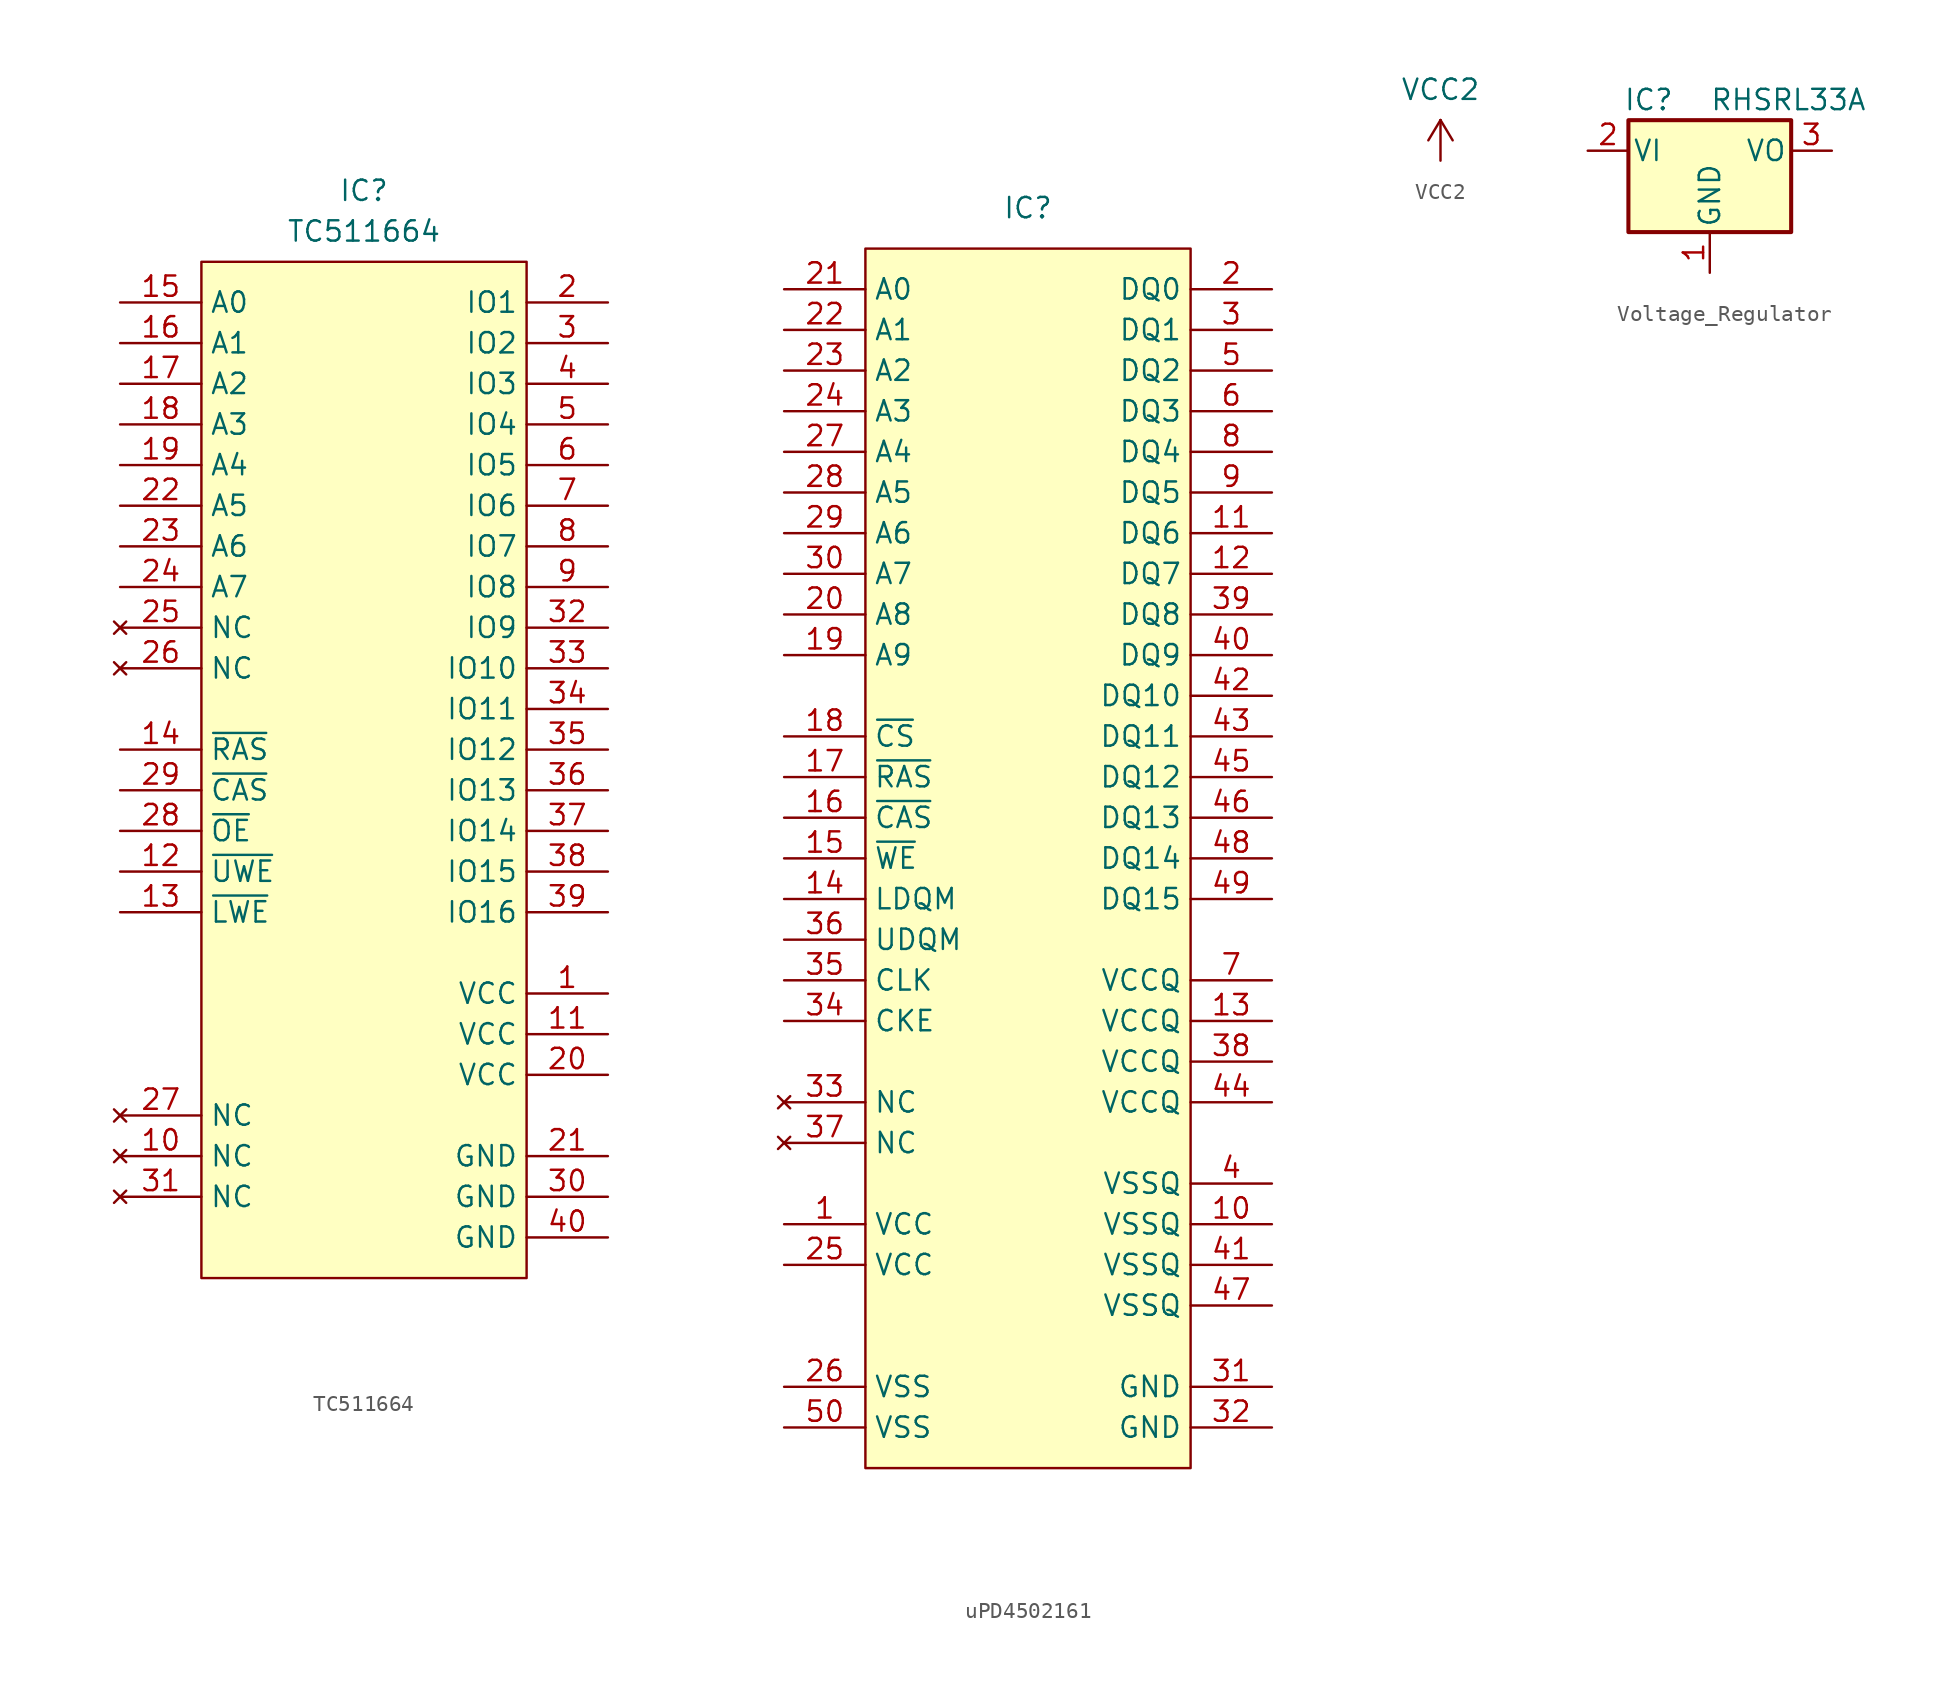
<source format=kicad_sym>
(kicad_symbol_lib
  (version 20220914)
  (generator kicad_symbol_editor)
  (symbol "TC511664"
    (property "Reference" "IC"
      (at 0 4.445 0)
      (effects (font (size 1.27 1.27))))
    (property "Value" "TC511664"
      (at 0 1.905 0)
      (effects (font (size 1.27 1.27))))
    (symbol "TC511664_1_1"
      (rectangle (start -10.16 0) (end 10.16 -63.5) (stroke (width 0) (type default)) (fill (type background)))
      (pin passive line (at 15.24 -45.72 180) (length 5.08) (name "VCC" (effects (font (size 1.27 1.27)))) (number "1" (effects (font (size 1.27 1.27)))))
      (pin no_connect line (at -15.24 -55.88 0) (length 5.08) (name "NC" (effects (font (size 1.27 1.27)))) (number "10" (effects (font (size 1.27 1.27)))))
      (pin passive line (at 15.24 -48.26 180) (length 5.08) (name "VCC" (effects (font (size 1.27 1.27)))) (number "11" (effects (font (size 1.27 1.27)))))
      (pin passive line (at -15.24 -38.1 0) (length 5.08) (name "~{UWE}" (effects (font (size 1.27 1.27)))) (number "12" (effects (font (size 1.27 1.27)))))
      (pin passive line (at -15.24 -40.64 0) (length 5.08) (name "~{LWE}" (effects (font (size 1.27 1.27)))) (number "13" (effects (font (size 1.27 1.27)))))
      (pin passive line (at -15.24 -30.48 0) (length 5.08) (name "~{RAS}" (effects (font (size 1.27 1.27)))) (number "14" (effects (font (size 1.27 1.27)))))
      (pin input line (at -15.24 -2.54 0) (length 5.08) (name "A0" (effects (font (size 1.27 1.27)))) (number "15" (effects (font (size 1.27 1.27)))))
      (pin input line (at -15.24 -5.08 0) (length 5.08) (name "A1" (effects (font (size 1.27 1.27)))) (number "16" (effects (font (size 1.27 1.27)))))
      (pin input line (at -15.24 -7.62 0) (length 5.08) (name "A2" (effects (font (size 1.27 1.27)))) (number "17" (effects (font (size 1.27 1.27)))))
      (pin input line (at -15.24 -10.16 0) (length 5.08) (name "A3" (effects (font (size 1.27 1.27)))) (number "18" (effects (font (size 1.27 1.27)))))
      (pin input line (at -15.24 -12.7 0) (length 5.08) (name "A4" (effects (font (size 1.27 1.27)))) (number "19" (effects (font (size 1.27 1.27)))))
      (pin passive line (at 15.24 -2.54 180) (length 5.08) (name "IO1" (effects (font (size 1.27 1.27)))) (number "2" (effects (font (size 1.27 1.27)))))
      (pin passive line (at 15.24 -50.8 180) (length 5.08) (name "VCC" (effects (font (size 1.27 1.27)))) (number "20" (effects (font (size 1.27 1.27)))))
      (pin passive line (at 15.24 -55.88 180) (length 5.08) (name "GND" (effects (font (size 1.27 1.27)))) (number "21" (effects (font (size 1.27 1.27)))))
      (pin input line (at -15.24 -15.24 0) (length 5.08) (name "A5" (effects (font (size 1.27 1.27)))) (number "22" (effects (font (size 1.27 1.27)))))
      (pin input line (at -15.24 -17.78 0) (length 5.08) (name "A6" (effects (font (size 1.27 1.27)))) (number "23" (effects (font (size 1.27 1.27)))))
      (pin input line (at -15.24 -20.32 0) (length 5.08) (name "A7" (effects (font (size 1.27 1.27)))) (number "24" (effects (font (size 1.27 1.27)))))
      (pin no_connect line (at -15.24 -22.86 0) (length 5.08) (name "NC" (effects (font (size 1.27 1.27)))) (number "25" (effects (font (size 1.27 1.27)))))
      (pin no_connect line (at -15.24 -25.4 0) (length 5.08) (name "NC" (effects (font (size 1.27 1.27)))) (number "26" (effects (font (size 1.27 1.27)))))
      (pin no_connect line (at -15.24 -53.34 0) (length 5.08) (name "NC" (effects (font (size 1.27 1.27)))) (number "27" (effects (font (size 1.27 1.27)))))
      (pin passive line (at -15.24 -35.56 0) (length 5.08) (name "~{OE}" (effects (font (size 1.27 1.27)))) (number "28" (effects (font (size 1.27 1.27)))))
      (pin passive line (at -15.24 -33.02 0) (length 5.08) (name "~{CAS}" (effects (font (size 1.27 1.27)))) (number "29" (effects (font (size 1.27 1.27)))))
      (pin passive line (at 15.24 -5.08 180) (length 5.08) (name "IO2" (effects (font (size 1.27 1.27)))) (number "3" (effects (font (size 1.27 1.27)))))
      (pin passive line (at 15.24 -58.42 180) (length 5.08) (name "GND" (effects (font (size 1.27 1.27)))) (number "30" (effects (font (size 1.27 1.27)))))
      (pin no_connect line (at -15.24 -58.42 0) (length 5.08) (name "NC" (effects (font (size 1.27 1.27)))) (number "31" (effects (font (size 1.27 1.27)))))
      (pin passive line (at 15.24 -22.86 180) (length 5.08) (name "IO9" (effects (font (size 1.27 1.27)))) (number "32" (effects (font (size 1.27 1.27)))))
      (pin passive line (at 15.24 -25.4 180) (length 5.08) (name "IO10" (effects (font (size 1.27 1.27)))) (number "33" (effects (font (size 1.27 1.27)))))
      (pin passive line (at 15.24 -27.94 180) (length 5.08) (name "IO11" (effects (font (size 1.27 1.27)))) (number "34" (effects (font (size 1.27 1.27)))))
      (pin passive line (at 15.24 -30.48 180) (length 5.08) (name "IO12" (effects (font (size 1.27 1.27)))) (number "35" (effects (font (size 1.27 1.27)))))
      (pin passive line (at 15.24 -33.02 180) (length 5.08) (name "IO13" (effects (font (size 1.27 1.27)))) (number "36" (effects (font (size 1.27 1.27)))))
      (pin passive line (at 15.24 -35.56 180) (length 5.08) (name "IO14" (effects (font (size 1.27 1.27)))) (number "37" (effects (font (size 1.27 1.27)))))
      (pin passive line (at 15.24 -38.1 180) (length 5.08) (name "IO15" (effects (font (size 1.27 1.27)))) (number "38" (effects (font (size 1.27 1.27)))))
      (pin passive line (at 15.24 -40.64 180) (length 5.08) (name "IO16" (effects (font (size 1.27 1.27)))) (number "39" (effects (font (size 1.27 1.27)))))
      (pin passive line (at 15.24 -7.62 180) (length 5.08) (name "IO3" (effects (font (size 1.27 1.27)))) (number "4" (effects (font (size 1.27 1.27)))))
      (pin passive line (at 15.24 -60.96 180) (length 5.08) (name "GND" (effects (font (size 1.27 1.27)))) (number "40" (effects (font (size 1.27 1.27)))))
      (pin passive line (at 15.24 -10.16 180) (length 5.08) (name "IO4" (effects (font (size 1.27 1.27)))) (number "5" (effects (font (size 1.27 1.27)))))
      (pin passive line (at 15.24 -12.7 180) (length 5.08) (name "IO5" (effects (font (size 1.27 1.27)))) (number "6" (effects (font (size 1.27 1.27)))))
      (pin passive line (at 15.24 -15.24 180) (length 5.08) (name "IO6" (effects (font (size 1.27 1.27)))) (number "7" (effects (font (size 1.27 1.27)))))
      (pin passive line (at 15.24 -17.78 180) (length 5.08) (name "IO7" (effects (font (size 1.27 1.27)))) (number "8" (effects (font (size 1.27 1.27)))))
      (pin passive line (at 15.24 -20.32 180) (length 5.08) (name "IO8" (effects (font (size 1.27 1.27)))) (number "9" (effects (font (size 1.27 1.27)))))))
  (symbol "uPD4502161"
    (property "Reference" "IC"
      (at 0 2.54 0)
      (effects (font (size 1.27 1.27))))
    (property "Value" ""
      (at 0 -35.56 0)
      (effects (font (size 1.27 1.27))))
    (symbol "uPD4502161_1_1"
      (rectangle (start -10.16 0) (end 10.16 -76.2) (stroke (width 0) (type default)) (fill (type background)))
      (pin passive line (at -15.24 -60.96 0) (length 5.08) (name "VCC" (effects (font (size 1.27 1.27)))) (number "1" (effects (font (size 1.27 1.27)))))
      (pin passive line (at 15.24 -60.96 180) (length 5.08) (name "VSSQ" (effects (font (size 1.27 1.27)))) (number "10" (effects (font (size 1.27 1.27)))))
      (pin passive line (at 15.24 -17.78 180) (length 5.08) (name "DQ6" (effects (font (size 1.27 1.27)))) (number "11" (effects (font (size 1.27 1.27)))))
      (pin passive line (at 15.24 -20.32 180) (length 5.08) (name "DQ7" (effects (font (size 1.27 1.27)))) (number "12" (effects (font (size 1.27 1.27)))))
      (pin passive line (at 15.24 -48.26 180) (length 5.08) (name "VCCQ" (effects (font (size 1.27 1.27)))) (number "13" (effects (font (size 1.27 1.27)))))
      (pin passive line (at -15.24 -40.64 0) (length 5.08) (name "LDQM" (effects (font (size 1.27 1.27)))) (number "14" (effects (font (size 1.27 1.27)))))
      (pin passive line (at -15.24 -38.1 0) (length 5.08) (name "~{WE}" (effects (font (size 1.27 1.27)))) (number "15" (effects (font (size 1.27 1.27)))))
      (pin passive line (at -15.24 -35.56 0) (length 5.08) (name "~{CAS}" (effects (font (size 1.27 1.27)))) (number "16" (effects (font (size 1.27 1.27)))))
      (pin passive line (at -15.24 -33.02 0) (length 5.08) (name "~{RAS}" (effects (font (size 1.27 1.27)))) (number "17" (effects (font (size 1.27 1.27)))))
      (pin passive line (at -15.24 -30.48 0) (length 5.08) (name "~{CS}" (effects (font (size 1.27 1.27)))) (number "18" (effects (font (size 1.27 1.27)))))
      (pin passive line (at -15.24 -25.4 0) (length 5.08) (name "A9" (effects (font (size 1.27 1.27)))) (number "19" (effects (font (size 1.27 1.27)))))
      (pin passive line (at 15.24 -2.54 180) (length 5.08) (name "DQ0" (effects (font (size 1.27 1.27)))) (number "2" (effects (font (size 1.27 1.27)))))
      (pin passive line (at -15.24 -22.86 0) (length 5.08) (name "A8" (effects (font (size 1.27 1.27)))) (number "20" (effects (font (size 1.27 1.27)))))
      (pin passive line (at -15.24 -2.54 0) (length 5.08) (name "A0" (effects (font (size 1.27 1.27)))) (number "21" (effects (font (size 1.27 1.27)))))
      (pin passive line (at -15.24 -5.08 0) (length 5.08) (name "A1" (effects (font (size 1.27 1.27)))) (number "22" (effects (font (size 1.27 1.27)))))
      (pin passive line (at -15.24 -7.62 0) (length 5.08) (name "A2" (effects (font (size 1.27 1.27)))) (number "23" (effects (font (size 1.27 1.27)))))
      (pin passive line (at -15.24 -10.16 0) (length 5.08) (name "A3" (effects (font (size 1.27 1.27)))) (number "24" (effects (font (size 1.27 1.27)))))
      (pin passive line (at -15.24 -63.5 0) (length 5.08) (name "VCC" (effects (font (size 1.27 1.27)))) (number "25" (effects (font (size 1.27 1.27)))))
      (pin passive line (at -15.24 -71.12 0) (length 5.08) (name "VSS" (effects (font (size 1.27 1.27)))) (number "26" (effects (font (size 1.27 1.27)))))
      (pin passive line (at -15.24 -12.7 0) (length 5.08) (name "A4" (effects (font (size 1.27 1.27)))) (number "27" (effects (font (size 1.27 1.27)))))
      (pin passive line (at -15.24 -15.24 0) (length 5.08) (name "A5" (effects (font (size 1.27 1.27)))) (number "28" (effects (font (size 1.27 1.27)))))
      (pin passive line (at -15.24 -17.78 0) (length 5.08) (name "A6" (effects (font (size 1.27 1.27)))) (number "29" (effects (font (size 1.27 1.27)))))
      (pin passive line (at 15.24 -5.08 180) (length 5.08) (name "DQ1" (effects (font (size 1.27 1.27)))) (number "3" (effects (font (size 1.27 1.27)))))
      (pin passive line (at -15.24 -20.32 0) (length 5.08) (name "A7" (effects (font (size 1.27 1.27)))) (number "30" (effects (font (size 1.27 1.27)))))
      (pin passive line (at 15.24 -71.12 180) (length 5.08) (name "GND" (effects (font (size 1.27 1.27)))) (number "31" (effects (font (size 1.27 1.27)))))
      (pin passive line (at 15.24 -73.66 180) (length 5.08) (name "GND" (effects (font (size 1.27 1.27)))) (number "32" (effects (font (size 1.27 1.27)))))
      (pin no_connect line (at -15.24 -53.34 0) (length 5.08) (name "NC" (effects (font (size 1.27 1.27)))) (number "33" (effects (font (size 1.27 1.27)))))
      (pin passive line (at -15.24 -48.26 0) (length 5.08) (name "CKE" (effects (font (size 1.27 1.27)))) (number "34" (effects (font (size 1.27 1.27)))))
      (pin passive line (at -15.24 -45.72 0) (length 5.08) (name "CLK" (effects (font (size 1.27 1.27)))) (number "35" (effects (font (size 1.27 1.27)))))
      (pin passive line (at -15.24 -43.18 0) (length 5.08) (name "UDQM" (effects (font (size 1.27 1.27)))) (number "36" (effects (font (size 1.27 1.27)))))
      (pin no_connect line (at -15.24 -55.88 0) (length 5.08) (name "NC" (effects (font (size 1.27 1.27)))) (number "37" (effects (font (size 1.27 1.27)))))
      (pin passive line (at 15.24 -50.8 180) (length 5.08) (name "VCCQ" (effects (font (size 1.27 1.27)))) (number "38" (effects (font (size 1.27 1.27)))))
      (pin passive line (at 15.24 -22.86 180) (length 5.08) (name "DQ8" (effects (font (size 1.27 1.27)))) (number "39" (effects (font (size 1.27 1.27)))))
      (pin passive line (at 15.24 -58.42 180) (length 5.08) (name "VSSQ" (effects (font (size 1.27 1.27)))) (number "4" (effects (font (size 1.27 1.27)))))
      (pin passive line (at 15.24 -25.4 180) (length 5.08) (name "DQ9" (effects (font (size 1.27 1.27)))) (number "40" (effects (font (size 1.27 1.27)))))
      (pin passive line (at 15.24 -63.5 180) (length 5.08) (name "VSSQ" (effects (font (size 1.27 1.27)))) (number "41" (effects (font (size 1.27 1.27)))))
      (pin passive line (at 15.24 -27.94 180) (length 5.08) (name "DQ10" (effects (font (size 1.27 1.27)))) (number "42" (effects (font (size 1.27 1.27)))))
      (pin passive line (at 15.24 -30.48 180) (length 5.08) (name "DQ11" (effects (font (size 1.27 1.27)))) (number "43" (effects (font (size 1.27 1.27)))))
      (pin passive line (at 15.24 -53.34 180) (length 5.08) (name "VCCQ" (effects (font (size 1.27 1.27)))) (number "44" (effects (font (size 1.27 1.27)))))
      (pin passive line (at 15.24 -33.02 180) (length 5.08) (name "DQ12" (effects (font (size 1.27 1.27)))) (number "45" (effects (font (size 1.27 1.27)))))
      (pin passive line (at 15.24 -35.56 180) (length 5.08) (name "DQ13" (effects (font (size 1.27 1.27)))) (number "46" (effects (font (size 1.27 1.27)))))
      (pin passive line (at 15.24 -66.04 180) (length 5.08) (name "VSSQ" (effects (font (size 1.27 1.27)))) (number "47" (effects (font (size 1.27 1.27)))))
      (pin passive line (at 15.24 -38.1 180) (length 5.08) (name "DQ14" (effects (font (size 1.27 1.27)))) (number "48" (effects (font (size 1.27 1.27)))))
      (pin passive line (at 15.24 -40.64 180) (length 5.08) (name "DQ15" (effects (font (size 1.27 1.27)))) (number "49" (effects (font (size 1.27 1.27)))))
      (pin passive line (at 15.24 -7.62 180) (length 5.08) (name "DQ2" (effects (font (size 1.27 1.27)))) (number "5" (effects (font (size 1.27 1.27)))))
      (pin passive line (at -15.24 -73.66 0) (length 5.08) (name "VSS" (effects (font (size 1.27 1.27)))) (number "50" (effects (font (size 1.27 1.27)))))
      (pin passive line (at 15.24 -10.16 180) (length 5.08) (name "DQ3" (effects (font (size 1.27 1.27)))) (number "6" (effects (font (size 1.27 1.27)))))
      (pin passive line (at 15.24 -45.72 180) (length 5.08) (name "VCCQ" (effects (font (size 1.27 1.27)))) (number "7" (effects (font (size 1.27 1.27)))))
      (pin passive line (at 15.24 -12.7 180) (length 5.08) (name "DQ4" (effects (font (size 1.27 1.27)))) (number "8" (effects (font (size 1.27 1.27)))))
      (pin passive line (at 15.24 -15.24 180) (length 5.08) (name "DQ5" (effects (font (size 1.27 1.27)))) (number "9" (effects (font (size 1.27 1.27)))))))
  (symbol "VCC2"
    (power)
    (pin_names
      (offset 0))
    (property "Reference" "#PWR01"
      (at 0 -3.81 0)
      (effects (font (size 1.27 1.27)) hide))
    (property "Value" "VCC2"
      (at 0 4.445 0)
      (effects (font (size 1.27 1.27))))
    (symbol "VCC2_0_1"
      (polyline (pts (xy -0.762 1.27) (xy 0 2.54)) (stroke (width 0) (type default)) (fill (type none)))
      (polyline (pts (xy 0 0) (xy 0 2.54)) (stroke (width 0) (type default)) (fill (type none)))
      (polyline (pts (xy 0 2.54) (xy 0.762 1.27)) (stroke (width 0) (type default)) (fill (type none))))
    (symbol "VCC2_1_1"
      (pin power_in line (at 0 0 90) (length 0) hide (name "VCC2" (effects (font (size 1.27 1.27)))) (number "1" (effects (font (size 1.27 1.27)))))))
  (symbol "Voltage_Regulator"
    (pin_names
      (offset 0.254))
    (property "Reference" "IC"
      (at -3.81 3.175 0)
      (effects (font (size 1.27 1.27))))
    (property "Value" "RHSRL33A"
      (at 0 3.175 0)
      (effects (font (size 1.27 1.27)) (justify left)))
    (symbol "Voltage_Regulator_0_1"
      (rectangle (start -5.08 1.905) (end 5.08 -5.08) (stroke (width 0.254) (type default)) (fill (type background))))
    (symbol "Voltage_Regulator_1_1"
      (pin power_in line (at 0 -7.62 90) (length 2.54) (name "GND" (effects (font (size 1.27 1.27)))) (number "1" (effects (font (size 1.27 1.27)))))
      (pin power_in line (at -7.62 0 0) (length 2.54) (name "VI" (effects (font (size 1.27 1.27)))) (number "2" (effects (font (size 1.27 1.27)))))
      (pin power_out line (at 7.62 0 180) (length 2.54) (name "VO" (effects (font (size 1.27 1.27)))) (number "3" (effects (font (size 1.27 1.27))))))))
</source>
